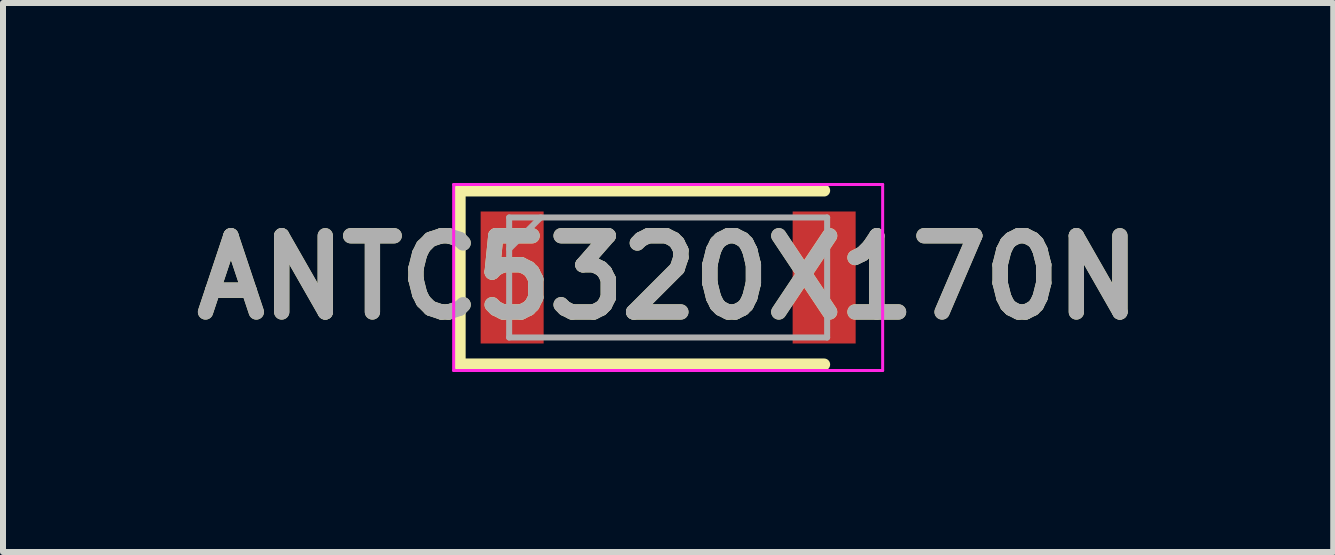
<source format=kicad_pcb>
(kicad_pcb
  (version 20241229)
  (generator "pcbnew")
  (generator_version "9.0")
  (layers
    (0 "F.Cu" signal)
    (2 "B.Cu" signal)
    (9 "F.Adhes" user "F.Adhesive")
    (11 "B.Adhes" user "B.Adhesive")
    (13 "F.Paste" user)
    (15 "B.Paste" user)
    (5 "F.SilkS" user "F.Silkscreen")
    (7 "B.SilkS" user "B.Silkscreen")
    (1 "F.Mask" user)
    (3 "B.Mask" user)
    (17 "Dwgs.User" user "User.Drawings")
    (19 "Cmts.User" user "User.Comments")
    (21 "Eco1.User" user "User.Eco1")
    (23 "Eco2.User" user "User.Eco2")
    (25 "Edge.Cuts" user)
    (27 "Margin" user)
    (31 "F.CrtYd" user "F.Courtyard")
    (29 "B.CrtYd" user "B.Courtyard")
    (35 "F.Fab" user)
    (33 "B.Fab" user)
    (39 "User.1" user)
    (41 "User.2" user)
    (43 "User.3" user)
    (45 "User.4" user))
  (footprint "ANTC5320X170N"
    (layer "F.Cu")
    (at 8.086 1.575)
    (property "Reference" "ANTC5320X170N" (at 0 0 0) (layer "F.SilkS") (effects (font (size 1.27 1.27) (thickness 0.254))))
    (attr smd)
    (fp_line (start -3.475 -1.45) (end -3.475 1.45) (stroke (width 0.2) (type solid)) (layer "F.SilkS"))
    (fp_line (start -3.475 1.45) (end 2.6 1.45) (stroke (width 0.2) (type solid)) (layer "F.SilkS"))
    (fp_line (start 2.6 -1.45) (end -3.475 -1.45) (stroke (width 0.2) (type solid)) (layer "F.SilkS"))
    (fp_line (start -3.575 -1.55) (end 3.575 -1.55) (stroke (width 0.05) (type solid)) (layer "F.CrtYd"))
    (fp_line (start -3.575 1.55) (end -3.575 -1.55) (stroke (width 0.05) (type solid)) (layer "F.CrtYd"))
    (fp_line (start 3.575 -1.55) (end 3.575 1.55) (stroke (width 0.05) (type solid)) (layer "F.CrtYd"))
    (fp_line (start 3.575 1.55) (end -3.575 1.55) (stroke (width 0.05) (type solid)) (layer "F.CrtYd"))
    (fp_line (start -2.65 -1) (end 2.65 -1) (stroke (width 0.1) (type solid)) (layer "F.Fab"))
    (fp_line (start -2.65 -0.475) (end -2.125 -1) (stroke (width 0.1) (type solid)) (layer "F.Fab"))
    (fp_line (start -2.65 1) (end -2.65 -1) (stroke (width 0.1) (type solid)) (layer "F.Fab"))
    (fp_line (start 2.65 -1) (end 2.65 1) (stroke (width 0.1) (type solid)) (layer "F.Fab"))
    (fp_line (start 2.65 1) (end -2.65 1) (stroke (width 0.1) (type solid)) (layer "F.Fab"))
    (fp_text user "${REFERENCE}" (at 0 0 0) (layer "F.Fab") (effects (font (size 1.27 1.27) (thickness 0.254))))
    (pad "1" smd rect (at -2.6 0) (size 1.05 2.2) (layers "F.Cu" "F.Mask" "F.Paste"))
    (pad "2" smd rect (at 2.6 0) (size 1.05 2.2) (layers "F.Cu" "F.Mask" "F.Paste")))
  (gr_rect
    (start -3 -3)
    (end 19.171 6.15)
    (stroke (width 0.1) (type default))
    (fill no)
    (layer "Edge.Cuts")))
</source>
